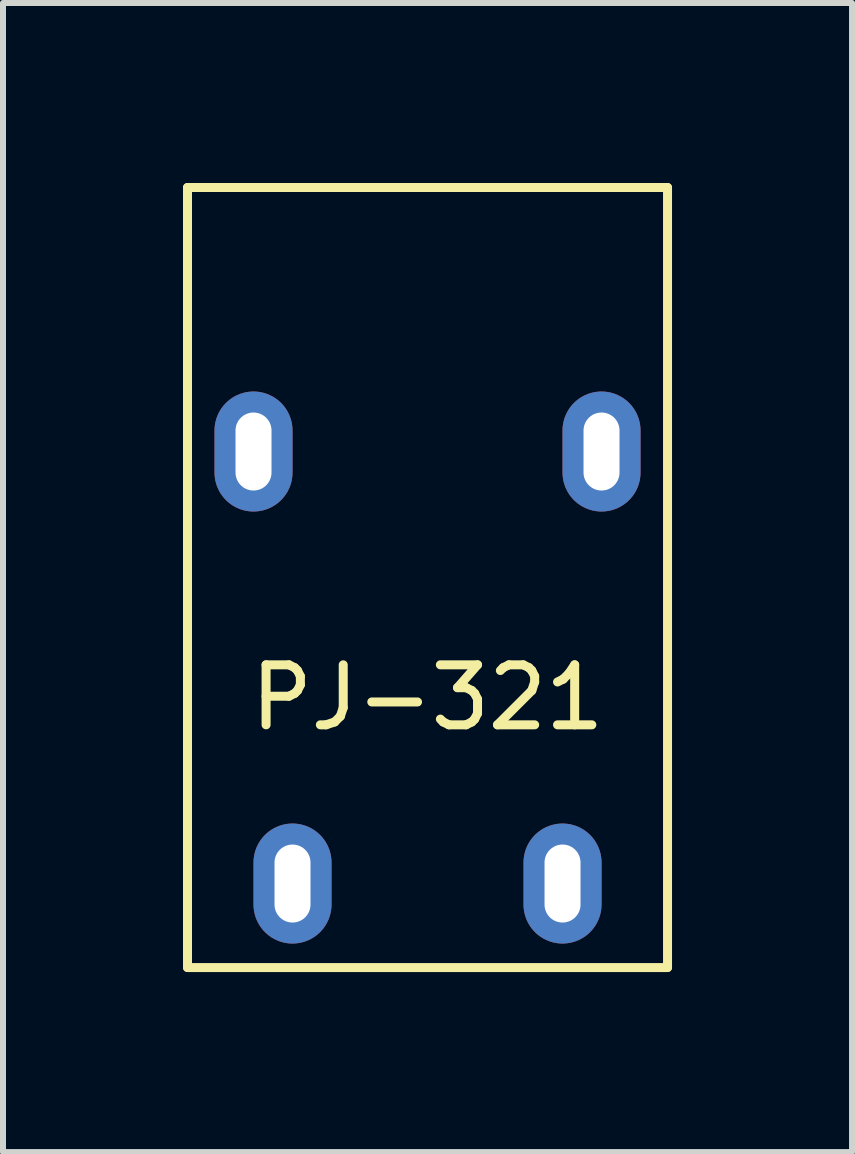
<source format=kicad_pcb>
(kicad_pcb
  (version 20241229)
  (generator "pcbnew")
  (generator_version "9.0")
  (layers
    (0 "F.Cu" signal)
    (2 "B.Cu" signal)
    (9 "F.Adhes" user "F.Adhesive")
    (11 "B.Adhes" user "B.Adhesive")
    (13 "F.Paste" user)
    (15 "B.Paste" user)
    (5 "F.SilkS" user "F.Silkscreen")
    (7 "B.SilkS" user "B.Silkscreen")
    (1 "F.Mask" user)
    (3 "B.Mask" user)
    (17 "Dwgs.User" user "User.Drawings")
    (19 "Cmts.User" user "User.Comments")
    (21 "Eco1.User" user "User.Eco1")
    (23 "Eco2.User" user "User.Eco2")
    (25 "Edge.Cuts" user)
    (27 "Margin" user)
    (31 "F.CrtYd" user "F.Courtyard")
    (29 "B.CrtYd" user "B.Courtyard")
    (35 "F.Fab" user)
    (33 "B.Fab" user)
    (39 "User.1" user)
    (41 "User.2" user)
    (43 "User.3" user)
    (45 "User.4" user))
  (footprint "PJ-321"
    (layer "F.Cu")
    (at 4.075 8.075)
    (property "Reference" "PJ-321" (at 0 0.5 0) (layer "F.SilkS") (effects (font (size 1 1) (thickness 0.15))))
    (attr through_hole)
    (fp_line (start -4 -8) (end -4 5) (stroke (width 0.15) (type solid)) (layer "F.SilkS"))
    (fp_line (start -4 -8) (end 4 -8) (stroke (width 0.15) (type solid)) (layer "F.SilkS"))
    (fp_line (start -4 5) (end 4 5) (stroke (width 0.15) (type solid)) (layer "F.SilkS"))
    (fp_line (start 4 -8) (end 4 5) (stroke (width 0.15) (type solid)) (layer "F.SilkS"))
    (pad "1" thru_hole oval (at -2.25 3.6) (size 1.3 2) (drill oval 0.6 1.3) (layers "*.Cu" "*.Mask"))
    (pad "2" thru_hole oval (at -2.9 -3.6) (size 1.3 2) (drill oval 0.6 1.3) (layers "*.Cu" "*.Mask"))
    (pad "2" thru_hole oval (at 2.9 -3.6) (size 1.3 2) (drill oval 0.6 1.3) (layers "*.Cu" "*.Mask"))
    (pad "3" thru_hole oval (at 2.25 3.6) (size 1.3 2) (drill oval 0.6 1.3) (layers "*.Cu" "*.Mask")))
  (gr_rect
    (start -3 -3)
    (end 11.15 16.15)
    (stroke (width 0.1) (type default))
    (fill no)
    (layer "Edge.Cuts")))
</source>
